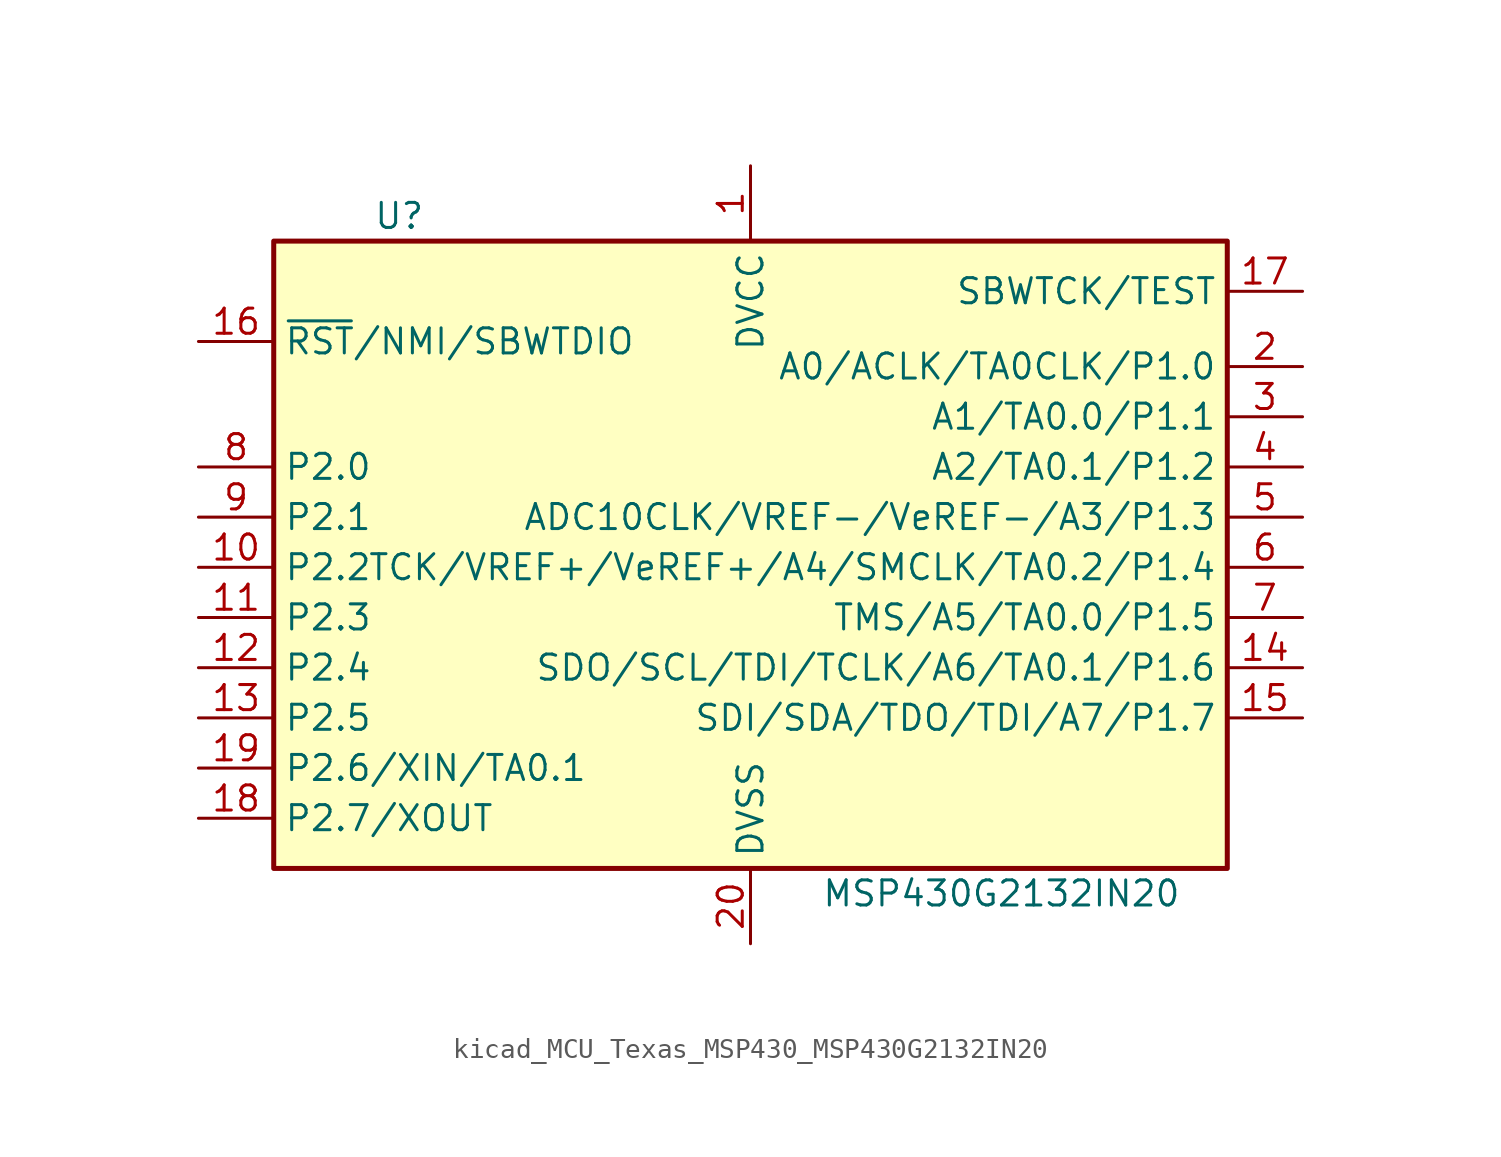
<source format=kicad_sym>
(kicad_symbol_lib
  (version 20220914)
  (generator kicad_symbol_editor)
  (symbol "kicad_MCU_Texas_MSP430_MSP430G2132IN20"
    (property "Reference" "U"
      (at -17.78 17.78 0)
      (effects (font (size 1.27 1.27))))
    (property "Value" "MSP430G2132IN20"
      (at 12.7 -16.51 0)
      (effects (font (size 1.27 1.27))))
    (symbol "kicad_MCU_Texas_MSP430_MSP430G2132IN20_0_1"
      (rectangle (start -24.13 16.51) (end 24.13 -15.24) (stroke (width 0.254) (type default)) (fill (type background))))
    (symbol "kicad_MCU_Texas_MSP430_MSP430G2132IN20_1_1"
      (pin power_in line (at 0 20.32 270) (length 3.81) (name "DVCC" (effects (font (size 1.27 1.27)))) (number "1" (effects (font (size 1.27 1.27)))))
      (pin bidirectional line (at -27.94 0 0) (length 3.81) (name "P2.2" (effects (font (size 1.27 1.27)))) (number "10" (effects (font (size 1.27 1.27)))))
      (pin bidirectional line (at -27.94 -2.54 0) (length 3.81) (name "P2.3" (effects (font (size 1.27 1.27)))) (number "11" (effects (font (size 1.27 1.27)))))
      (pin bidirectional line (at -27.94 -5.08 0) (length 3.81) (name "P2.4" (effects (font (size 1.27 1.27)))) (number "12" (effects (font (size 1.27 1.27)))))
      (pin bidirectional line (at -27.94 -7.62 0) (length 3.81) (name "P2.5" (effects (font (size 1.27 1.27)))) (number "13" (effects (font (size 1.27 1.27)))))
      (pin bidirectional line (at 27.94 -5.08 180) (length 3.81) (name "SDO/SCL/TDI/TCLK/A6/TA0.1/P1.6" (effects (font (size 1.27 1.27)))) (number "14" (effects (font (size 1.27 1.27)))))
      (pin bidirectional line (at 27.94 -7.62 180) (length 3.81) (name "SDI/SDA/TDO/TDI/A7/P1.7" (effects (font (size 1.27 1.27)))) (number "15" (effects (font (size 1.27 1.27)))))
      (pin input line (at -27.94 11.43 0) (length 3.81) (name "~{RST}/NMI/SBWTDIO" (effects (font (size 1.27 1.27)))) (number "16" (effects (font (size 1.27 1.27)))))
      (pin input line (at 27.94 13.97 180) (length 3.81) (name "SBWTCK/TEST" (effects (font (size 1.27 1.27)))) (number "17" (effects (font (size 1.27 1.27)))))
      (pin bidirectional line (at -27.94 -12.7 0) (length 3.81) (name "P2.7/XOUT" (effects (font (size 1.27 1.27)))) (number "18" (effects (font (size 1.27 1.27)))))
      (pin bidirectional line (at -27.94 -10.16 0) (length 3.81) (name "P2.6/XIN/TA0.1" (effects (font (size 1.27 1.27)))) (number "19" (effects (font (size 1.27 1.27)))))
      (pin bidirectional line (at 27.94 10.16 180) (length 3.81) (name "A0/ACLK/TA0CLK/P1.0" (effects (font (size 1.27 1.27)))) (number "2" (effects (font (size 1.27 1.27)))))
      (pin power_in line (at 0 -19.05 90) (length 3.81) (name "DVSS" (effects (font (size 1.27 1.27)))) (number "20" (effects (font (size 1.27 1.27)))))
      (pin bidirectional line (at 27.94 7.62 180) (length 3.81) (name "A1/TA0.0/P1.1" (effects (font (size 1.27 1.27)))) (number "3" (effects (font (size 1.27 1.27)))))
      (pin bidirectional line (at 27.94 5.08 180) (length 3.81) (name "A2/TA0.1/P1.2" (effects (font (size 1.27 1.27)))) (number "4" (effects (font (size 1.27 1.27)))))
      (pin bidirectional line (at 27.94 2.54 180) (length 3.81) (name "ADC10CLK/VREF-/VeREF-/A3/P1.3" (effects (font (size 1.27 1.27)))) (number "5" (effects (font (size 1.27 1.27)))))
      (pin bidirectional line (at 27.94 0 180) (length 3.81) (name "TCK/VREF+/VeREF+/A4/SMCLK/TA0.2/P1.4" (effects (font (size 1.27 1.27)))) (number "6" (effects (font (size 1.27 1.27)))))
      (pin bidirectional line (at 27.94 -2.54 180) (length 3.81) (name "TMS/A5/TA0.0/P1.5" (effects (font (size 1.27 1.27)))) (number "7" (effects (font (size 1.27 1.27)))))
      (pin bidirectional line (at -27.94 5.08 0) (length 3.81) (name "P2.0" (effects (font (size 1.27 1.27)))) (number "8" (effects (font (size 1.27 1.27)))))
      (pin bidirectional line (at -27.94 2.54 0) (length 3.81) (name "P2.1" (effects (font (size 1.27 1.27)))) (number "9" (effects (font (size 1.27 1.27))))))))
</source>
